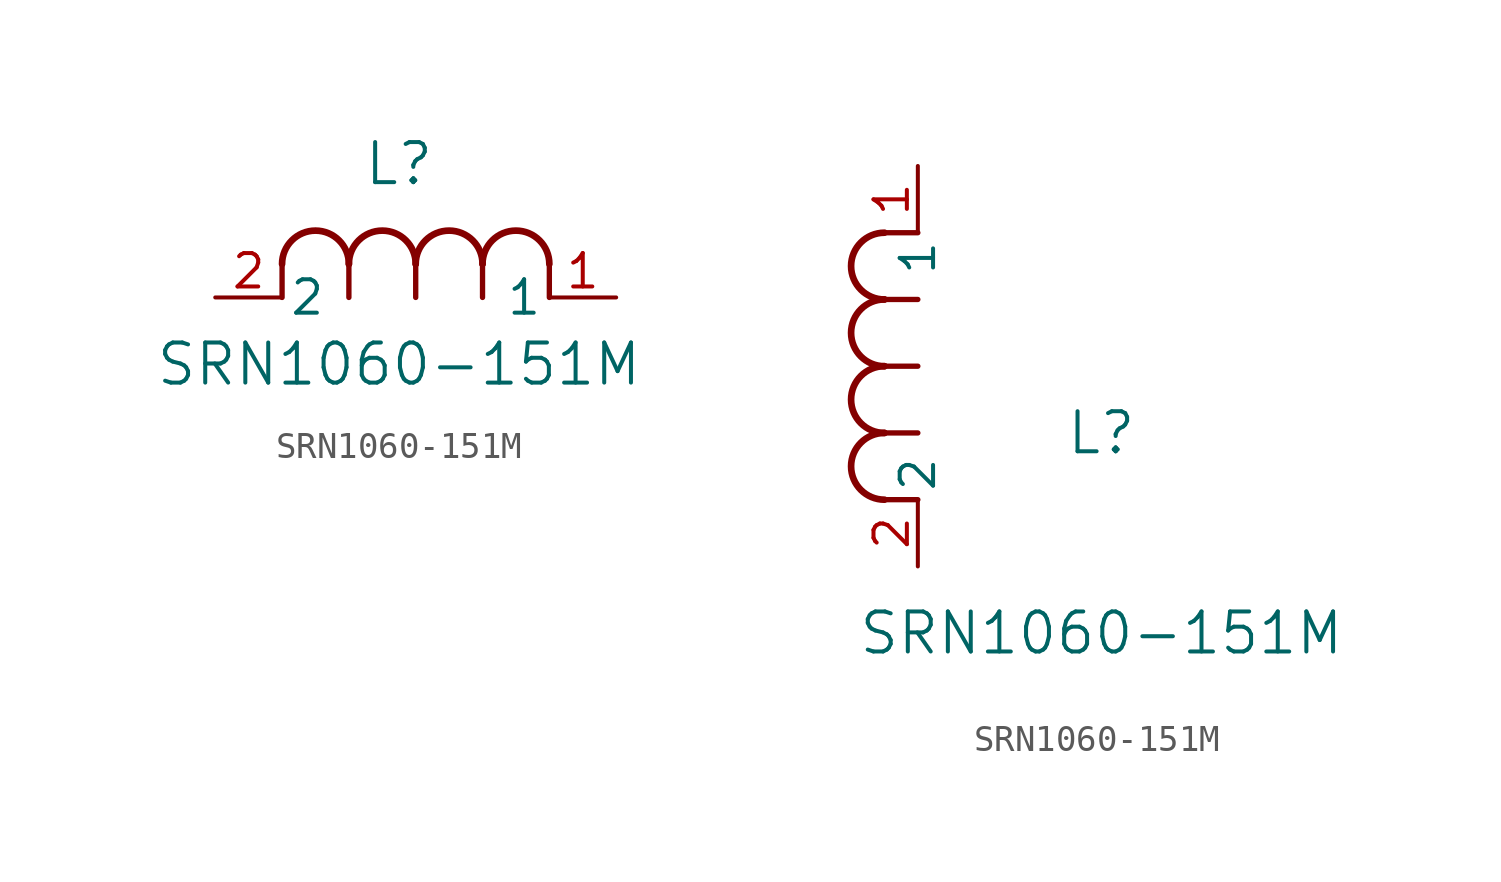
<source format=kicad_sym>
(kicad_symbol_lib
  (version 20211014)
  (generator kicad_symbol_editor)
  (symbol "SRN1060-151M"
    (pin_names
      (offset 0.254))
    (property "Reference" "L"
      (at 6.985 5.08 0)
      (effects (font (size 1.524 1.524))))
    (property "Value" "SRN1060-151M"
      (at 6.985 -2.54 0)
      (effects (font (size 1.524 1.524))))
    (symbol "SRN1060-151M_1_1"
      (arc (start 7.62 1.27) (mid 6.35 2.54) (end 5.08 1.27) (stroke (width 0.254) (type default) (color 0 0 0 0)) (fill (type none)))
      (polyline (pts (xy 5.08 0) (xy 5.08 1.27)) (stroke (width 0.203) (type default) (color 0 0 0 0)) (fill (type none)))
      (polyline (pts (xy 7.62 0) (xy 7.62 1.27)) (stroke (width 0.203) (type default) (color 0 0 0 0)) (fill (type none)))
      (polyline (pts (xy 12.7 0) (xy 12.7 1.27)) (stroke (width 0.203) (type default) (color 0 0 0 0)) (fill (type none)))
      (arc (start 5.08 1.27) (mid 3.81 2.54) (end 2.54 1.27) (stroke (width 0.254) (type default) (color 0 0 0 0)) (fill (type none)))
      (arc (start 10.16 1.27) (mid 8.89 2.54) (end 7.62 1.27) (stroke (width 0.254) (type default) (color 0 0 0 0)) (fill (type none)))
      (arc (start 12.7 1.27) (mid 11.43 2.54) (end 10.16 1.27) (stroke (width 0.254) (type default) (color 0 0 0 0)) (fill (type none)))
      (polyline (pts (xy 2.54 0) (xy 2.54 1.27)) (stroke (width 0.203) (type default) (color 0 0 0 0)) (fill (type none)))
      (polyline (pts (xy 10.16 0) (xy 10.16 1.27)) (stroke (width 0.203) (type default) (color 0 0 0 0)) (fill (type none)))
      (pin unspecified line (at 0 0 0) (length 2.54) (name "2" (effects (font (size 1.27 1.27)))) (number "2" (effects (font (size 1.27 1.27)))))
      (pin unspecified line (at 15.24 0 180) (length 2.54) (name "1" (effects (font (size 1.27 1.27)))) (number "1" (effects (font (size 1.27 1.27))))))
    (symbol "SRN1060-151M_1_2"
      (arc (start -1.27 7.62) (mid -2.54 6.35) (end -1.27 5.08) (stroke (width 0.254) (type default) (color 0 0 0 0)) (fill (type none)))
      (arc (start -1.27 5.08) (mid -2.54 3.81) (end -1.27 2.54) (stroke (width 0.254) (type default) (color 0 0 0 0)) (fill (type none)))
      (arc (start -1.27 12.7) (mid -2.54 11.43) (end -1.27 10.16) (stroke (width 0.254) (type default) (color 0 0 0 0)) (fill (type none)))
      (arc (start -1.27 10.16) (mid -2.54 8.89) (end -1.27 7.62) (stroke (width 0.254) (type default) (color 0 0 0 0)) (fill (type none)))
      (polyline (pts (xy 0 7.62) (xy -1.27 7.62)) (stroke (width 0.203) (type default) (color 0 0 0 0)) (fill (type none)))
      (polyline (pts (xy 0 5.08) (xy -1.27 5.08)) (stroke (width 0.203) (type default) (color 0 0 0 0)) (fill (type none)))
      (polyline (pts (xy 0 12.7) (xy -1.27 12.7)) (stroke (width 0.203) (type default) (color 0 0 0 0)) (fill (type none)))
      (polyline (pts (xy 0 2.54) (xy -1.27 2.54)) (stroke (width 0.203) (type default) (color 0 0 0 0)) (fill (type none)))
      (polyline (pts (xy 0 10.16) (xy -1.27 10.16)) (stroke (width 0.203) (type default) (color 0 0 0 0)) (fill (type none)))
      (pin unspecified line (at 0 0 90) (length 2.54) (name "2" (effects (font (size 1.27 1.27)))) (number "2" (effects (font (size 1.27 1.27)))))
      (pin unspecified line (at 0 15.24 270) (length 2.54) (name "1" (effects (font (size 1.27 1.27)))) (number "1" (effects (font (size 1.27 1.27))))))))
</source>
